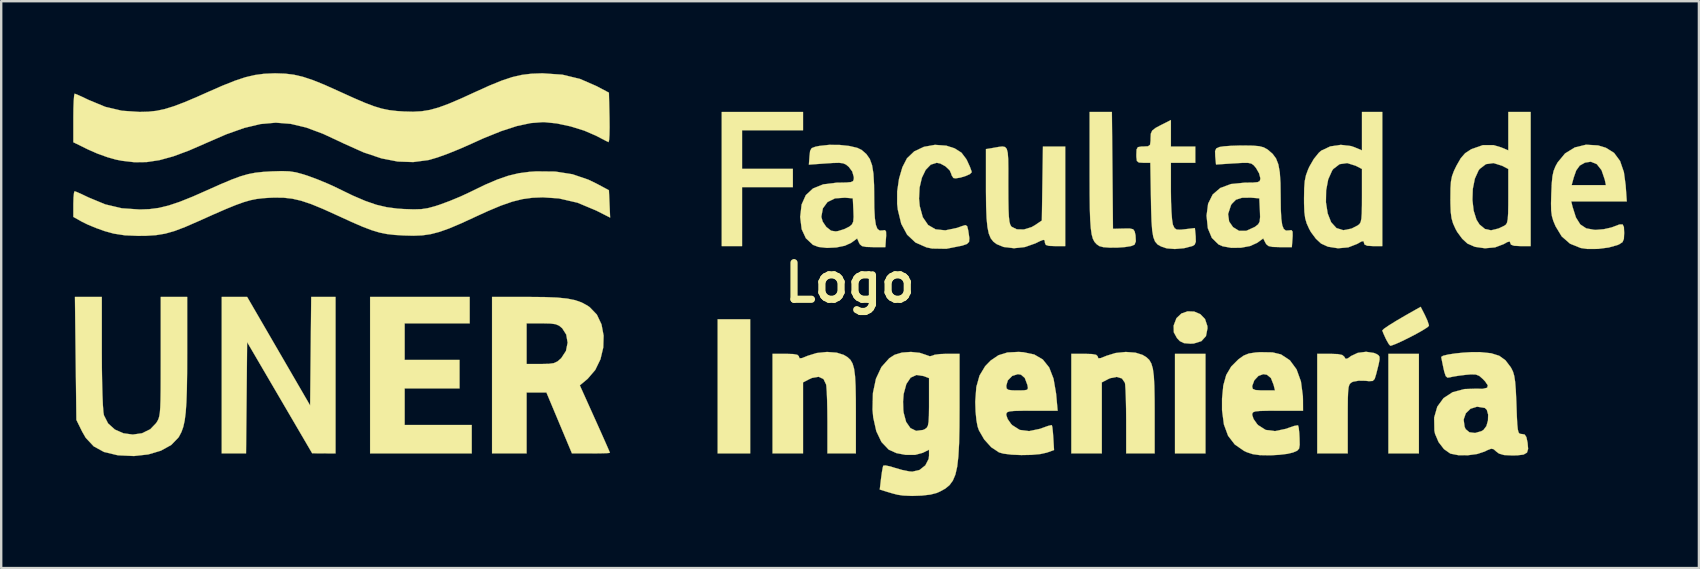
<source format=kicad_pcb>
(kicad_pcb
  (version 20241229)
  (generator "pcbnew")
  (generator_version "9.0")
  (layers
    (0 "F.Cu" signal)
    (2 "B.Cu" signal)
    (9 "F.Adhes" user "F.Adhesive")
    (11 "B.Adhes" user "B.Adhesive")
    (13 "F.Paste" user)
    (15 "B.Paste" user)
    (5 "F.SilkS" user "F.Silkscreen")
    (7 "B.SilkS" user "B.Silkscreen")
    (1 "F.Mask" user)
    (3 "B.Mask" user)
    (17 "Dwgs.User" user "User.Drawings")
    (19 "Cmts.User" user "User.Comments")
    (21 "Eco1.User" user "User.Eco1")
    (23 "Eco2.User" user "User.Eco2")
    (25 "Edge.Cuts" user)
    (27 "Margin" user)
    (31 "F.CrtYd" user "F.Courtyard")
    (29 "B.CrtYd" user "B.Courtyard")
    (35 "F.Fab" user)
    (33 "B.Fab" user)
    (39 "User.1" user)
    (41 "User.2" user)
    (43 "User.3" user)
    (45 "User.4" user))
  (footprint "Logo"
    (layer "F.Cu")
    (at 32.348 8.726)
    (property "Reference" "Logo" (at 0 0 0) (layer "F.SilkS") (effects (font (size 1.524 1.524) (thickness 0.3))))
    (attr through_hole)
    (fp_poly (pts (xy -4.149 7.112) (xy -5.503 7.112) (xy -5.503 1.524) (xy -4.149 1.524) (xy -4.149 7.112)) (stroke (width 0.01) (type solid)) (fill yes) (layer "F.SilkS"))
    (fp_poly (pts (xy 14.817 7.112) (xy 13.547 7.112) (xy 13.547 2.963) (xy 14.817 2.963) (xy 14.817 7.112)) (stroke (width 0.01) (type solid)) (fill yes) (layer "F.SilkS"))
    (fp_poly (pts (xy 23.707 7.112) (xy 22.437 7.112) (xy 22.437 2.963) (xy 23.707 2.963) (xy 23.707 7.112)) (stroke (width 0.01) (type solid)) (fill yes) (layer "F.SilkS"))
    (fp_poly (pts (xy -1.947 -6.35) (xy -4.487 -6.35) (xy -4.487 -4.741) (xy -2.371 -4.741) (xy -2.371 -3.979) (xy -4.487 -3.979) (xy -4.487 -1.524) (xy -5.334 -1.524) (xy -5.334 -7.112) (xy -1.947 -7.112) (xy -1.947 -6.35)) (stroke (width 0.01) (type solid)) (fill yes) (layer "F.SilkS"))
    (fp_poly (pts (xy -15.833 1.693) (xy -18.542 1.693) (xy -18.542 3.217) (xy -16.256 3.217) (xy -16.256 4.403) (xy -18.542 4.403) (xy -18.542 5.927) (xy -15.748 5.927) (xy -15.748 7.112) (xy -19.981 7.112) (xy -19.981 0.593) (xy -15.833 0.593) (xy -15.833 1.693)) (stroke (width 0.01) (type solid)) (fill yes) (layer "F.SilkS"))
    (fp_poly (pts (xy -22.479 5.114) (xy -22.456 2.853) (xy -22.434 0.593) (xy -21.421 0.593) (xy -21.421 7.112) (xy -21.907 7.109) (xy -22.394 7.106) (xy -23.749 4.79) (xy -25.104 2.474) (xy -25.126 4.793) (xy -25.149 7.112) (xy -26.162 7.112) (xy -26.162 0.593) (xy -25.103 0.593) (xy -22.479 5.114)) (stroke (width 0.01) (type solid)) (fill yes) (layer "F.SilkS"))
    (fp_poly (pts (xy 14.349 1.203) (xy 14.603 1.311) (xy 14.798 1.513) (xy 14.896 1.806) (xy 14.901 1.901) (xy 14.838 2.224) (xy 14.647 2.435) (xy 14.332 2.533) (xy 14.188 2.54) (xy 13.922 2.518) (xy 13.746 2.432) (xy 13.63 2.307) (xy 13.498 2.067) (xy 13.491 1.795) (xy 13.494 1.778) (xy 13.609 1.477) (xy 13.815 1.283) (xy 14.074 1.193) (xy 14.349 1.203)) (stroke (width 0.01) (type solid)) (fill yes) (layer "F.SilkS"))
    (fp_poly (pts (xy 23.956 1.346) (xy 24.061 1.576) (xy 24.121 1.755) (xy 24.126 1.796) (xy 24.054 1.863) (xy 23.867 1.981) (xy 23.604 2.129) (xy 23.303 2.287) (xy 23.003 2.434) (xy 22.744 2.551) (xy 22.564 2.618) (xy 22.516 2.627) (xy 22.453 2.557) (xy 22.355 2.385) (xy 22.325 2.325) (xy 22.234 2.126) (xy 22.185 2.001) (xy 22.183 1.988) (xy 22.254 1.918) (xy 22.453 1.781) (xy 22.758 1.592) (xy 23.149 1.363) (xy 23.3 1.277) (xy 23.782 1.005) (xy 23.956 1.346)) (stroke (width 0.01) (type solid)) (fill yes) (layer "F.SilkS"))
    (fp_poly (pts (xy 10.942 -4.678) (xy 10.964 -2.244) (xy 11.407 -2.255) (xy 11.665 -2.257) (xy 11.803 -2.227) (xy 11.867 -2.137) (xy 11.904 -1.974) (xy 11.917 -1.721) (xy 11.861 -1.583) (xy 11.722 -1.526) (xy 11.468 -1.485) (xy 11.154 -1.462) (xy 10.834 -1.46) (xy 10.563 -1.48) (xy 10.395 -1.525) (xy 10.393 -1.526) (xy 10.283 -1.603) (xy 10.196 -1.698) (xy 10.127 -1.829) (xy 10.076 -2.014) (xy 10.04 -2.272) (xy 10.015 -2.621) (xy 10 -3.079) (xy 9.993 -3.666) (xy 9.991 -4.398) (xy 9.991 -4.61) (xy 9.991 -7.112) (xy 10.919 -7.112) (xy 10.942 -4.678)) (stroke (width 0.01) (type solid)) (fill yes) (layer "F.SilkS"))
    (fp_poly (pts (xy 21.838 2.927) (xy 21.942 2.97) (xy 22.024 3.021) (xy 22.067 3.087) (xy 22.069 3.202) (xy 22.03 3.404) (xy 21.949 3.725) (xy 21.924 3.821) (xy 21.865 4.01) (xy 21.784 4.093) (xy 21.624 4.101) (xy 21.475 4.086) (xy 21.202 4.082) (xy 20.972 4.122) (xy 20.925 4.142) (xy 20.859 4.185) (xy 20.811 4.249) (xy 20.778 4.359) (xy 20.759 4.54) (xy 20.748 4.818) (xy 20.744 5.219) (xy 20.743 5.676) (xy 20.743 7.112) (xy 19.473 7.112) (xy 19.473 2.963) (xy 20.015 2.963) (xy 20.333 2.974) (xy 20.517 3.012) (xy 20.601 3.084) (xy 20.607 3.097) (xy 20.659 3.174) (xy 20.752 3.149) (xy 20.882 3.054) (xy 21.161 2.923) (xy 21.508 2.878) (xy 21.838 2.927)) (stroke (width 0.01) (type solid)) (fill yes) (layer "F.SilkS"))
    (fp_poly (pts (xy -0.543 2.915) (xy -0.251 3.007) (xy -0.094 3.101) (xy 0.028 3.214) (xy 0.117 3.369) (xy 0.18 3.587) (xy 0.22 3.89) (xy 0.242 4.301) (xy 0.252 4.842) (xy 0.254 5.372) (xy 0.254 7.112) (xy -0.931 7.112) (xy -0.931 5.81) (xy -0.935 5.336) (xy -0.944 4.901) (xy -0.958 4.545) (xy -0.976 4.304) (xy -0.984 4.243) (xy -1.095 4.013) (xy -1.296 3.919) (xy -1.574 3.967) (xy -1.684 4.017) (xy -1.947 4.153) (xy -1.947 7.112) (xy -3.217 7.112) (xy -3.217 2.963) (xy -2.667 2.963) (xy -2.356 2.972) (xy -2.183 3.004) (xy -2.119 3.065) (xy -2.117 3.086) (xy -2.09 3.15) (xy -1.988 3.14) (xy -1.774 3.054) (xy -1.757 3.046) (xy -1.376 2.929) (xy -0.948 2.885) (xy -0.543 2.915)) (stroke (width 0.01) (type solid)) (fill yes) (layer "F.SilkS"))
    (fp_poly (pts (xy 11.903 2.915) (xy 12.195 3.007) (xy 12.352 3.101) (xy 12.474 3.214) (xy 12.563 3.369) (xy 12.626 3.587) (xy 12.666 3.89) (xy 12.688 4.301) (xy 12.698 4.842) (xy 12.7 5.372) (xy 12.7 7.112) (xy 11.515 7.112) (xy 11.514 5.736) (xy 11.51 5.257) (xy 11.501 4.825) (xy 11.488 4.476) (xy 11.472 4.241) (xy 11.461 4.169) (xy 11.338 3.99) (xy 11.12 3.924) (xy 10.843 3.979) (xy 10.762 4.017) (xy 10.499 4.153) (xy 10.499 7.112) (xy 9.229 7.112) (xy 9.229 2.963) (xy 9.779 2.963) (xy 10.09 2.972) (xy 10.263 3.004) (xy 10.327 3.065) (xy 10.329 3.086) (xy 10.356 3.15) (xy 10.458 3.14) (xy 10.672 3.054) (xy 10.689 3.046) (xy 11.07 2.929) (xy 11.498 2.885) (xy 11.903 2.915)) (stroke (width 0.01) (type solid)) (fill yes) (layer "F.SilkS"))
    (fp_poly (pts (xy 6.469 -5.652) (xy 6.54 -5.57) (xy 6.581 -5.406) (xy 6.6 -5.14) (xy 6.605 -4.751) (xy 6.604 -4.219) (xy 6.604 -4.07) (xy 6.606 -3.494) (xy 6.613 -3.064) (xy 6.627 -2.758) (xy 6.65 -2.55) (xy 6.684 -2.42) (xy 6.73 -2.342) (xy 6.737 -2.334) (xy 6.958 -2.223) (xy 7.255 -2.217) (xy 7.572 -2.315) (xy 7.713 -2.395) (xy 8.001 -2.589) (xy 8.024 -4.131) (xy 8.047 -5.673) (xy 8.975 -5.673) (xy 8.975 -1.524) (xy 8.551 -1.524) (xy 8.296 -1.534) (xy 8.168 -1.573) (xy 8.129 -1.657) (xy 8.128 -1.682) (xy 8.116 -1.768) (xy 8.057 -1.785) (xy 7.913 -1.728) (xy 7.733 -1.639) (xy 7.301 -1.487) (xy 6.841 -1.436) (xy 6.411 -1.487) (xy 6.122 -1.605) (xy 5.98 -1.711) (xy 5.871 -1.851) (xy 5.791 -2.046) (xy 5.735 -2.317) (xy 5.699 -2.687) (xy 5.68 -3.177) (xy 5.673 -3.809) (xy 5.673 -3.989) (xy 5.673 -5.566) (xy 5.99 -5.618) (xy 6.202 -5.656) (xy 6.359 -5.674) (xy 6.469 -5.652)) (stroke (width 0.01) (type solid)) (fill yes) (layer "F.SilkS"))
    (fp_poly (pts (xy -31.157 2.9) (xy -31.154 3.558) (xy -31.144 4.159) (xy -31.13 4.681) (xy -31.112 5.1) (xy -31.09 5.392) (xy -31.07 5.519) (xy -30.895 5.863) (xy -30.612 6.117) (xy -30.257 6.273) (xy -29.868 6.326) (xy -29.483 6.272) (xy -29.138 6.103) (xy -28.896 5.851) (xy -28.84 5.764) (xy -28.796 5.674) (xy -28.763 5.56) (xy -28.738 5.404) (xy -28.722 5.183) (xy -28.711 4.879) (xy -28.705 4.471) (xy -28.703 3.938) (xy -28.702 3.261) (xy -28.702 3.078) (xy -28.702 0.593) (xy -27.601 0.593) (xy -27.601 2.959) (xy -27.604 3.775) (xy -27.614 4.442) (xy -27.633 4.979) (xy -27.662 5.405) (xy -27.705 5.741) (xy -27.763 6.005) (xy -27.839 6.218) (xy -27.934 6.399) (xy -27.968 6.453) (xy -28.267 6.761) (xy -28.695 6.997) (xy -29.221 7.153) (xy -29.818 7.22) (xy -30.457 7.191) (xy -30.512 7.184) (xy -31.066 7.051) (xy -31.496 6.816) (xy -31.826 6.463) (xy -31.976 6.202) (xy -32.216 5.715) (xy -32.276 0.593) (xy -31.157 0.593) (xy -31.157 2.9)) (stroke (width 0.01) (type solid)) (fill yes) (layer "F.SilkS"))
    (fp_poly (pts (xy 13.377 -5.673) (xy 14.393 -5.673) (xy 14.393 -4.995) (xy 13.377 -4.995) (xy 13.377 -3.816) (xy 13.383 -3.366) (xy 13.4 -2.96) (xy 13.425 -2.636) (xy 13.456 -2.434) (xy 13.464 -2.407) (xy 13.529 -2.272) (xy 13.622 -2.212) (xy 13.797 -2.209) (xy 13.964 -2.227) (xy 14.376 -2.276) (xy 14.409 -1.933) (xy 14.415 -1.702) (xy 14.364 -1.58) (xy 14.269 -1.526) (xy 13.923 -1.437) (xy 13.542 -1.404) (xy 13.213 -1.43) (xy 13.159 -1.444) (xy 12.967 -1.51) (xy 12.822 -1.592) (xy 12.716 -1.716) (xy 12.644 -1.902) (xy 12.598 -2.175) (xy 12.57 -2.558) (xy 12.553 -3.074) (xy 12.547 -3.438) (xy 12.52 -4.995) (xy 12.229 -4.995) (xy 12.043 -5.006) (xy 11.96 -5.07) (xy 11.939 -5.237) (xy 11.938 -5.334) (xy 11.947 -5.551) (xy 12.002 -5.647) (xy 12.147 -5.672) (xy 12.234 -5.673) (xy 12.424 -5.683) (xy 12.509 -5.747) (xy 12.53 -5.912) (xy 12.531 -6.01) (xy 12.541 -6.208) (xy 12.599 -6.338) (xy 12.74 -6.448) (xy 12.954 -6.562) (xy 13.377 -6.776) (xy 13.377 -5.673)) (stroke (width 0.01) (type solid)) (fill yes) (layer "F.SilkS"))
    (fp_poly (pts (xy -12.718 0.599) (xy -12.186 0.62) (xy -11.769 0.662) (xy -11.44 0.728) (xy -11.17 0.823) (xy -10.933 0.951) (xy -10.834 1.019) (xy -10.535 1.329) (xy -10.342 1.736) (xy -10.254 2.204) (xy -10.269 2.7) (xy -10.385 3.188) (xy -10.602 3.634) (xy -10.918 4.003) (xy -10.944 4.025) (xy -11.245 4.276) (xy -10.618 5.668) (xy -10.417 6.115) (xy -10.243 6.505) (xy -10.107 6.813) (xy -10.019 7.015) (xy -9.991 7.086) (xy -10.069 7.097) (xy -10.28 7.106) (xy -10.586 7.111) (xy -10.781 7.112) (xy -11.572 7.112) (xy -12.637 4.572) (xy -13.462 4.572) (xy -13.462 7.112) (xy -14.901 7.112) (xy -14.901 1.693) (xy -13.462 1.693) (xy -13.462 3.387) (xy -12.863 3.387) (xy -12.538 3.38) (xy -12.329 3.351) (xy -12.179 3.282) (xy -12.036 3.159) (xy -12.016 3.139) (xy -11.822 2.842) (xy -11.753 2.498) (xy -11.811 2.16) (xy -11.976 1.901) (xy -12.104 1.793) (xy -12.25 1.73) (xy -12.463 1.701) (xy -12.792 1.693) (xy -12.823 1.693) (xy -13.462 1.693) (xy -14.901 1.693) (xy -14.901 0.593) (xy -13.391 0.593) (xy -12.718 0.599)) (stroke (width 0.01) (type solid)) (fill yes) (layer "F.SilkS"))
    (fp_poly (pts (xy 4.022 -5.708) (xy 4.369 -5.596) (xy 4.652 -5.417) (xy 4.854 -5.15) (xy 4.898 -5.063) (xy 5.005 -4.827) (xy 5.07 -4.65) (xy 5.08 -4.601) (xy 5.007 -4.525) (xy 4.829 -4.445) (xy 4.611 -4.379) (xy 4.416 -4.347) (xy 4.316 -4.361) (xy 4.238 -4.484) (xy 4.233 -4.52) (xy 4.162 -4.681) (xy 3.989 -4.845) (xy 3.774 -4.964) (xy 3.622 -4.995) (xy 3.372 -4.917) (xy 3.162 -4.699) (xy 3.004 -4.372) (xy 2.908 -3.963) (xy 2.885 -3.5) (xy 2.914 -3.194) (xy 3.041 -2.729) (xy 3.263 -2.404) (xy 3.576 -2.222) (xy 3.98 -2.181) (xy 4.472 -2.284) (xy 4.668 -2.355) (xy 4.816 -2.4) (xy 4.89 -2.355) (xy 4.933 -2.185) (xy 4.942 -2.132) (xy 4.981 -1.857) (xy 4.969 -1.701) (xy 4.883 -1.614) (xy 4.703 -1.551) (xy 4.678 -1.543) (xy 4.021 -1.413) (xy 3.431 -1.423) (xy 3.194 -1.472) (xy 2.738 -1.673) (xy 2.39 -1.998) (xy 2.145 -2.452) (xy 2.002 -3.038) (xy 1.974 -3.284) (xy 1.975 -3.803) (xy 2.052 -4.331) (xy 2.192 -4.81) (xy 2.383 -5.182) (xy 2.384 -5.183) (xy 2.686 -5.471) (xy 3.089 -5.66) (xy 3.549 -5.742) (xy 4.022 -5.708)) (stroke (width 0.01) (type solid)) (fill yes) (layer "F.SilkS"))
    (fp_poly (pts (xy 22.183 -1.524) (xy 21.802 -1.524) (xy 21.554 -1.539) (xy 21.44 -1.593) (xy 21.421 -1.658) (xy 21.4 -1.731) (xy 21.313 -1.716) (xy 21.136 -1.616) (xy 20.766 -1.472) (xy 20.338 -1.434) (xy 19.919 -1.5) (xy 19.634 -1.63) (xy 19.42 -1.827) (xy 19.212 -2.106) (xy 19.135 -2.244) (xy 19.034 -2.468) (xy 18.971 -2.685) (xy 18.937 -2.943) (xy 18.924 -3.296) (xy 18.924 -3.351) (xy 19.835 -3.351) (xy 19.908 -2.884) (xy 20.051 -2.52) (xy 20.272 -2.276) (xy 20.557 -2.187) (xy 20.899 -2.253) (xy 21.161 -2.387) (xy 21.232 -2.443) (xy 21.281 -2.526) (xy 21.312 -2.666) (xy 21.328 -2.892) (xy 21.335 -3.233) (xy 21.336 -3.617) (xy 21.336 -4.737) (xy 21.077 -4.871) (xy 20.72 -4.983) (xy 20.403 -4.937) (xy 20.143 -4.738) (xy 20.095 -4.674) (xy 19.93 -4.305) (xy 19.843 -3.844) (xy 19.835 -3.351) (xy 18.924 -3.351) (xy 18.923 -3.514) (xy 18.93 -3.932) (xy 18.953 -4.235) (xy 19.004 -4.477) (xy 19.09 -4.712) (xy 19.145 -4.834) (xy 19.329 -5.153) (xy 19.54 -5.414) (xy 19.643 -5.503) (xy 20.017 -5.678) (xy 20.455 -5.742) (xy 20.887 -5.69) (xy 21.021 -5.644) (xy 21.336 -5.512) (xy 21.336 -7.112) (xy 22.183 -7.112) (xy 22.183 -1.524)) (stroke (width 0.01) (type solid)) (fill yes) (layer "F.SilkS"))
    (fp_poly (pts (xy 31.173 -5.718) (xy 31.497 -5.62) (xy 31.838 -5.407) (xy 32.087 -5.071) (xy 32.247 -4.605) (xy 32.32 -4.064) (xy 32.367 -3.387) (xy 30.053 -3.387) (xy 30.11 -3.154) (xy 30.249 -2.718) (xy 30.43 -2.428) (xy 30.677 -2.264) (xy 31.01 -2.203) (xy 31.091 -2.201) (xy 31.413 -2.229) (xy 31.723 -2.299) (xy 31.805 -2.328) (xy 32.058 -2.424) (xy 32.193 -2.428) (xy 32.248 -2.319) (xy 32.258 -2.076) (xy 32.258 -2.07) (xy 32.247 -1.826) (xy 32.19 -1.69) (xy 32.054 -1.601) (xy 31.983 -1.57) (xy 31.614 -1.466) (xy 31.169 -1.408) (xy 30.732 -1.405) (xy 30.45 -1.445) (xy 30.003 -1.625) (xy 29.656 -1.928) (xy 29.402 -2.348) (xy 29.307 -2.573) (xy 29.248 -2.775) (xy 29.218 -3.003) (xy 29.212 -3.306) (xy 29.223 -3.711) (xy 29.239 -4.064) (xy 30.07 -4.064) (xy 31.499 -4.064) (xy 31.449 -4.297) (xy 31.315 -4.688) (xy 31.118 -4.939) (xy 30.869 -5.04) (xy 30.625 -5.002) (xy 30.408 -4.879) (xy 30.261 -4.677) (xy 30.157 -4.381) (xy 30.07 -4.064) (xy 29.239 -4.064) (xy 29.242 -4.133) (xy 29.271 -4.433) (xy 29.319 -4.655) (xy 29.396 -4.846) (xy 29.485 -5.008) (xy 29.796 -5.384) (xy 30.201 -5.634) (xy 30.669 -5.748) (xy 31.173 -5.718)) (stroke (width 0.01) (type solid)) (fill yes) (layer "F.SilkS"))
    (fp_poly (pts (xy 28.363 -1.524) (xy 27.94 -1.524) (xy 27.673 -1.538) (xy 27.543 -1.585) (xy 27.517 -1.65) (xy 27.491 -1.717) (xy 27.391 -1.692) (xy 27.241 -1.608) (xy 26.882 -1.472) (xy 26.459 -1.434) (xy 26.041 -1.494) (xy 25.73 -1.63) (xy 25.514 -1.829) (xy 25.306 -2.11) (xy 25.232 -2.244) (xy 25.131 -2.468) (xy 25.068 -2.686) (xy 25.034 -2.946) (xy 25.021 -3.301) (xy 25.02 -3.446) (xy 25.937 -3.446) (xy 25.988 -3.002) (xy 26.106 -2.626) (xy 26.233 -2.424) (xy 26.46 -2.237) (xy 26.713 -2.182) (xy 27.024 -2.258) (xy 27.268 -2.374) (xy 27.335 -2.423) (xy 27.38 -2.505) (xy 27.409 -2.65) (xy 27.425 -2.886) (xy 27.431 -3.241) (xy 27.432 -3.599) (xy 27.432 -4.737) (xy 27.173 -4.871) (xy 26.816 -4.983) (xy 26.499 -4.938) (xy 26.24 -4.739) (xy 26.192 -4.675) (xy 26.038 -4.333) (xy 25.953 -3.906) (xy 25.937 -3.446) (xy 25.02 -3.446) (xy 25.02 -3.52) (xy 25.024 -3.926) (xy 25.043 -4.215) (xy 25.088 -4.441) (xy 25.168 -4.657) (xy 25.273 -4.874) (xy 25.453 -5.187) (xy 25.633 -5.393) (xy 25.866 -5.546) (xy 25.905 -5.567) (xy 26.371 -5.73) (xy 26.818 -5.731) (xy 27.138 -5.635) (xy 27.432 -5.512) (xy 27.432 -7.112) (xy 28.363 -7.112) (xy 28.363 -1.524)) (stroke (width 0.01) (type solid)) (fill yes) (layer "F.SilkS"))
    (fp_poly (pts (xy 7.23 2.896) (xy 7.685 2.991) (xy 8.042 3.2) (xy 8.307 3.532) (xy 8.488 3.999) (xy 8.593 4.61) (xy 8.6 4.678) (xy 8.659 5.334) (xy 7.589 5.334) (xy 7.148 5.335) (xy 6.848 5.342) (xy 6.663 5.36) (xy 6.564 5.392) (xy 6.526 5.443) (xy 6.519 5.51) (xy 6.577 5.679) (xy 6.719 5.882) (xy 6.767 5.933) (xy 7.08 6.132) (xy 7.471 6.182) (xy 7.934 6.085) (xy 8.045 6.043) (xy 8.26 5.966) (xy 8.398 5.934) (xy 8.419 5.937) (xy 8.44 6.032) (xy 8.463 6.245) (xy 8.479 6.469) (xy 8.509 6.97) (xy 8.213 7.077) (xy 7.939 7.138) (xy 7.565 7.172) (xy 7.146 7.18) (xy 6.739 7.163) (xy 6.399 7.12) (xy 6.215 7.068) (xy 5.892 6.853) (xy 5.598 6.527) (xy 5.381 6.151) (xy 5.325 5.991) (xy 5.276 5.728) (xy 5.241 5.368) (xy 5.228 4.984) (xy 5.228 4.943) (xy 5.272 4.346) (xy 5.288 4.289) (xy 6.519 4.289) (xy 6.533 4.403) (xy 6.603 4.462) (xy 6.768 4.484) (xy 6.987 4.487) (xy 7.253 4.484) (xy 7.386 4.46) (xy 7.423 4.394) (xy 7.401 4.265) (xy 7.398 4.255) (xy 7.291 3.97) (xy 7.133 3.832) (xy 7.002 3.81) (xy 6.766 3.884) (xy 6.585 4.068) (xy 6.519 4.289) (xy 5.288 4.289) (xy 5.405 3.869) (xy 5.639 3.479) (xy 5.868 3.243) (xy 6.192 3.023) (xy 6.566 2.907) (xy 7.033 2.883) (xy 7.23 2.896)) (stroke (width 0.01) (type solid)) (fill yes) (layer "F.SilkS"))
    (fp_poly (pts (xy 17.612 2.903) (xy 17.963 2.988) (xy 18.333 3.232) (xy 18.612 3.611) (xy 18.794 4.114) (xy 18.875 4.731) (xy 18.879 4.889) (xy 18.881 5.334) (xy 17.822 5.334) (xy 17.383 5.335) (xy 17.086 5.343) (xy 16.903 5.36) (xy 16.807 5.393) (xy 16.77 5.445) (xy 16.764 5.51) (xy 16.821 5.679) (xy 16.964 5.882) (xy 17.011 5.933) (xy 17.324 6.132) (xy 17.715 6.182) (xy 18.178 6.085) (xy 18.29 6.043) (xy 18.507 5.968) (xy 18.652 5.942) (xy 18.676 5.948) (xy 18.702 6.049) (xy 18.725 6.267) (xy 18.736 6.478) (xy 18.742 6.754) (xy 18.717 6.91) (xy 18.64 6.997) (xy 18.486 7.064) (xy 18.457 7.075) (xy 18.228 7.129) (xy 17.896 7.169) (xy 17.528 7.19) (xy 17.48 7.19) (xy 17.082 7.183) (xy 16.79 7.143) (xy 16.542 7.062) (xy 16.423 7.006) (xy 16.037 6.739) (xy 15.759 6.377) (xy 15.585 5.905) (xy 15.507 5.31) (xy 15.507 4.83) (xy 15.555 4.337) (xy 16.764 4.337) (xy 16.79 4.424) (xy 16.895 4.47) (xy 17.115 4.486) (xy 17.239 4.487) (xy 17.714 4.487) (xy 17.655 4.255) (xy 17.544 3.973) (xy 17.377 3.834) (xy 17.224 3.81) (xy 17.022 3.884) (xy 16.852 4.066) (xy 16.766 4.295) (xy 16.764 4.337) (xy 15.555 4.337) (xy 15.561 4.276) (xy 15.682 3.843) (xy 15.888 3.494) (xy 16.194 3.189) (xy 16.203 3.182) (xy 16.412 3.035) (xy 16.623 2.95) (xy 16.904 2.907) (xy 17.09 2.894) (xy 17.612 2.903)) (stroke (width 0.01) (type solid)) (fill yes) (layer "F.SilkS"))
    (fp_poly (pts (xy -0.43 -5.739) (xy -0.02 -5.695) (xy 0.315 -5.616) (xy 0.495 -5.529) (xy 0.692 -5.357) (xy 0.834 -5.155) (xy 0.929 -4.892) (xy 0.986 -4.541) (xy 1.012 -4.071) (xy 1.016 -3.667) (xy 1.022 -3.102) (xy 1.045 -2.688) (xy 1.087 -2.407) (xy 1.153 -2.24) (xy 1.247 -2.172) (xy 1.355 -2.177) (xy 1.465 -2.191) (xy 1.512 -2.129) (xy 1.515 -1.952) (xy 1.508 -1.853) (xy 1.482 -1.482) (xy 0.974 -1.482) (xy 0.681 -1.49) (xy 0.512 -1.524) (xy 0.421 -1.599) (xy 0.386 -1.663) (xy 0.307 -1.844) (xy 0.065 -1.665) (xy -0.203 -1.541) (xy -0.562 -1.468) (xy -0.95 -1.449) (xy -1.301 -1.489) (xy -1.535 -1.577) (xy -1.829 -1.852) (xy -2.003 -2.228) (xy -2.064 -2.72) (xy -2.064 -2.744) (xy -1.185 -2.744) (xy -1.127 -2.542) (xy -0.985 -2.332) (xy -0.968 -2.315) (xy -0.778 -2.166) (xy -0.586 -2.136) (xy -0.486 -2.151) (xy -0.224 -2.233) (xy -0.022 -2.334) (xy 0.088 -2.424) (xy 0.144 -2.543) (xy 0.16 -2.741) (xy 0.152 -2.989) (xy 0.127 -3.514) (xy -0.201 -3.541) (xy -0.615 -3.513) (xy -0.926 -3.362) (xy -1.12 -3.098) (xy -1.185 -2.744) (xy -2.064 -2.744) (xy -2.064 -2.752) (xy -2.006 -3.257) (xy -1.831 -3.647) (xy -1.532 -3.925) (xy -1.105 -4.097) (xy -0.546 -4.166) (xy -0.464 -4.167) (xy -0.142 -4.173) (xy 0.047 -4.191) (xy 0.138 -4.233) (xy 0.167 -4.314) (xy 0.169 -4.401) (xy 0.102 -4.634) (xy -0.04 -4.824) (xy -0.154 -4.919) (xy -0.275 -4.973) (xy -0.446 -4.994) (xy -0.711 -4.987) (xy -0.976 -4.97) (xy -1.703 -4.918) (xy -1.677 -5.272) (xy -1.652 -5.491) (xy -1.587 -5.605) (xy -1.433 -5.664) (xy -1.27 -5.697) (xy -0.864 -5.741) (xy -0.43 -5.739)) (stroke (width 0.01) (type solid)) (fill yes) (layer "F.SilkS"))
    (fp_poly (pts (xy 2.917 2.922) (xy 3.152 3) (xy 3.335 3.065) (xy 3.433 3.042) (xy 3.536 3.002) (xy 3.759 2.973) (xy 4.027 2.963) (xy 4.572 2.963) (xy 4.572 5.192) (xy 4.568 6.018) (xy 4.554 6.693) (xy 4.524 7.235) (xy 4.475 7.662) (xy 4.4 7.992) (xy 4.295 8.242) (xy 4.156 8.432) (xy 3.978 8.578) (xy 3.755 8.7) (xy 3.621 8.759) (xy 3.361 8.826) (xy 2.998 8.868) (xy 2.595 8.882) (xy 2.218 8.866) (xy 1.99 8.832) (xy 1.791 8.781) (xy 1.544 8.708) (xy 1.535 8.705) (xy 1.249 8.616) (xy 1.304 8.149) (xy 1.341 7.88) (xy 1.377 7.684) (xy 1.397 7.621) (xy 1.49 7.613) (xy 1.692 7.655) (xy 1.881 7.714) (xy 2.19 7.803) (xy 2.482 7.861) (xy 2.607 7.871) (xy 2.907 7.8) (xy 3.148 7.609) (xy 3.286 7.341) (xy 3.302 7.207) (xy 3.302 6.956) (xy 3.039 7.087) (xy 2.722 7.172) (xy 2.333 7.173) (xy 1.945 7.099) (xy 1.629 6.957) (xy 1.617 6.948) (xy 1.32 6.636) (xy 1.105 6.186) (xy 0.977 5.612) (xy 0.948 5.287) (xy 0.956 4.955) (xy 2.22 4.955) (xy 2.231 5.309) (xy 2.243 5.412) (xy 2.347 5.799) (xy 2.526 6.056) (xy 2.764 6.172) (xy 3.048 6.135) (xy 3.138 6.093) (xy 3.208 6.041) (xy 3.255 5.952) (xy 3.283 5.797) (xy 3.297 5.544) (xy 3.302 5.164) (xy 3.302 4.99) (xy 3.302 3.975) (xy 3.079 3.89) (xy 2.778 3.844) (xy 2.536 3.955) (xy 2.357 4.22) (xy 2.244 4.636) (xy 2.244 4.637) (xy 2.22 4.955) (xy 0.956 4.955) (xy 0.965 4.595) (xy 1.091 3.999) (xy 1.319 3.512) (xy 1.644 3.148) (xy 1.869 3.003) (xy 2.172 2.911) (xy 2.549 2.884) (xy 2.917 2.922)) (stroke (width 0.01) (type solid)) (fill yes) (layer "F.SilkS"))
    (fp_poly (pts (xy 16.79 -5.709) (xy 17.057 -5.686) (xy 17.242 -5.638) (xy 17.389 -5.557) (xy 17.414 -5.54) (xy 17.612 -5.37) (xy 17.756 -5.176) (xy 17.853 -4.928) (xy 17.913 -4.597) (xy 17.942 -4.155) (xy 17.949 -3.614) (xy 17.955 -3.064) (xy 17.976 -2.664) (xy 18.015 -2.394) (xy 18.079 -2.236) (xy 18.17 -2.171) (xy 18.292 -2.178) (xy 18.4 -2.19) (xy 18.446 -2.126) (xy 18.448 -1.946) (xy 18.442 -1.853) (xy 18.415 -1.482) (xy 17.91 -1.482) (xy 17.616 -1.49) (xy 17.445 -1.526) (xy 17.349 -1.604) (xy 17.314 -1.663) (xy 17.223 -1.844) (xy 16.977 -1.665) (xy 16.681 -1.529) (xy 16.298 -1.457) (xy 15.893 -1.452) (xy 15.533 -1.517) (xy 15.36 -1.594) (xy 15.082 -1.867) (xy 14.916 -2.266) (xy 14.862 -2.789) (xy 14.862 -2.794) (xy 14.871 -2.861) (xy 15.759 -2.861) (xy 15.803 -2.547) (xy 15.965 -2.315) (xy 16.218 -2.159) (xy 16.513 -2.159) (xy 16.859 -2.316) (xy 16.894 -2.338) (xy 17.014 -2.433) (xy 17.075 -2.548) (xy 17.093 -2.736) (xy 17.085 -2.997) (xy 17.06 -3.514) (xy 16.73 -3.541) (xy 16.347 -3.54) (xy 16.085 -3.457) (xy 15.909 -3.278) (xy 15.877 -3.22) (xy 15.759 -2.861) (xy 14.871 -2.861) (xy 14.927 -3.289) (xy 15.117 -3.673) (xy 15.433 -3.945) (xy 15.877 -4.11) (xy 16.452 -4.167) (xy 16.483 -4.167) (xy 16.801 -4.171) (xy 16.987 -4.188) (xy 17.075 -4.231) (xy 17.101 -4.31) (xy 17.103 -4.358) (xy 17.051 -4.555) (xy 16.927 -4.772) (xy 16.918 -4.784) (xy 16.823 -4.896) (xy 16.727 -4.962) (xy 16.589 -4.992) (xy 16.367 -4.992) (xy 16.02 -4.972) (xy 15.995 -4.971) (xy 15.257 -4.923) (xy 15.225 -5.258) (xy 15.217 -5.48) (xy 15.266 -5.592) (xy 15.399 -5.652) (xy 15.407 -5.654) (xy 15.586 -5.681) (xy 15.883 -5.702) (xy 16.243 -5.714) (xy 16.398 -5.715) (xy 16.79 -5.709)) (stroke (width 0.01) (type solid)) (fill yes) (layer "F.SilkS"))
    (fp_poly (pts (xy 26.253 2.892) (xy 26.716 2.939) (xy 27.055 3.045) (xy 27.314 3.232) (xy 27.533 3.521) (xy 27.559 3.565) (xy 27.629 3.709) (xy 27.68 3.886) (xy 27.717 4.13) (xy 27.744 4.471) (xy 27.766 4.942) (xy 27.771 5.08) (xy 27.788 5.558) (xy 27.805 5.892) (xy 27.827 6.109) (xy 27.858 6.232) (xy 27.902 6.288) (xy 27.965 6.302) (xy 27.996 6.302) (xy 28.116 6.326) (xy 28.186 6.435) (xy 28.236 6.671) (xy 28.236 6.673) (xy 28.257 6.924) (xy 28.21 7.078) (xy 28.067 7.16) (xy 27.799 7.192) (xy 27.58 7.195) (xy 27.254 7.179) (xy 27.044 7.118) (xy 26.93 7.033) (xy 26.82 6.935) (xy 26.72 6.915) (xy 26.568 6.972) (xy 26.446 7.033) (xy 26.135 7.136) (xy 25.744 7.188) (xy 25.352 7.185) (xy 25.033 7.123) (xy 25.012 7.115) (xy 24.752 6.932) (xy 24.527 6.64) (xy 24.38 6.295) (xy 24.353 6.165) (xy 24.345 5.7) (xy 25.571 5.7) (xy 25.612 6.003) (xy 25.657 6.102) (xy 25.812 6.231) (xy 26.048 6.26) (xy 26.307 6.187) (xy 26.397 6.134) (xy 26.519 5.973) (xy 26.585 5.74) (xy 26.592 5.494) (xy 26.537 5.297) (xy 26.451 5.216) (xy 26.131 5.165) (xy 25.858 5.25) (xy 25.663 5.439) (xy 25.571 5.7) (xy 24.345 5.7) (xy 24.343 5.62) (xy 24.474 5.164) (xy 24.735 4.807) (xy 25.116 4.559) (xy 25.609 4.43) (xy 26.042 4.417) (xy 26.375 4.419) (xy 26.551 4.376) (xy 26.578 4.277) (xy 26.465 4.111) (xy 26.366 4.007) (xy 26.223 3.882) (xy 26.079 3.825) (xy 25.871 3.819) (xy 25.668 3.837) (xy 25.367 3.874) (xy 25.112 3.916) (xy 25.006 3.941) (xy 24.896 3.954) (xy 24.825 3.89) (xy 24.766 3.712) (xy 24.731 3.559) (xy 24.679 3.309) (xy 24.645 3.137) (xy 24.638 3.092) (xy 24.716 3.043) (xy 24.923 2.993) (xy 25.217 2.948) (xy 25.56 2.913) (xy 25.91 2.892) (xy 26.227 2.891) (xy 26.253 2.892)) (stroke (width 0.01) (type solid)) (fill yes) (layer "F.SilkS"))
    (fp_poly (pts (xy -11.971 -8.665) (xy -11.236 -8.488) (xy -10.549 -8.189) (xy -10.033 -7.916) (xy -10.009 -6.871) (xy -10.005 -6.476) (xy -10.011 -6.155) (xy -10.026 -5.938) (xy -10.049 -5.855) (xy -10.051 -5.856) (xy -10.157 -5.908) (xy -10.363 -6.015) (xy -10.57 -6.123) (xy -11.058 -6.334) (xy -11.627 -6.511) (xy -12.207 -6.635) (xy -12.726 -6.688) (xy -12.785 -6.689) (xy -13.292 -6.649) (xy -13.863 -6.527) (xy -14.517 -6.315) (xy -15.275 -6.009) (xy -15.734 -5.801) (xy -16.24 -5.577) (xy -16.734 -5.377) (xy -17.171 -5.219) (xy -17.51 -5.119) (xy -17.554 -5.108) (xy -18.186 -5.025) (xy -18.829 -5.047) (xy -19.508 -5.179) (xy -20.248 -5.427) (xy -21.073 -5.796) (xy -21.167 -5.842) (xy -21.947 -6.205) (xy -22.644 -6.464) (xy -23.288 -6.617) (xy -23.912 -6.666) (xy -24.546 -6.609) (xy -25.222 -6.448) (xy -25.971 -6.182) (xy -26.755 -5.842) (xy -27.521 -5.508) (xy -28.178 -5.264) (xy -28.756 -5.105) (xy -29.285 -5.025) (xy -29.795 -5.018) (xy -30.318 -5.079) (xy -30.565 -5.127) (xy -30.926 -5.229) (xy -31.345 -5.38) (xy -31.729 -5.549) (xy -32.343 -5.851) (xy -32.343 -6.863) (xy -32.339 -7.254) (xy -32.327 -7.575) (xy -32.31 -7.792) (xy -32.29 -7.874) (xy -32.29 -7.874) (xy -32.192 -7.839) (xy -31.988 -7.748) (xy -31.72 -7.62) (xy -31.714 -7.617) (xy -31.01 -7.325) (xy -30.319 -7.163) (xy -29.585 -7.113) (xy -29.221 -7.123) (xy -28.882 -7.159) (xy -28.538 -7.232) (xy -28.156 -7.35) (xy -27.704 -7.521) (xy -27.152 -7.756) (xy -26.774 -7.925) (xy -26.138 -8.204) (xy -25.617 -8.412) (xy -25.177 -8.558) (xy -24.783 -8.651) (xy -24.401 -8.702) (xy -23.998 -8.72) (xy -23.916 -8.721) (xy -23.523 -8.708) (xy -23.158 -8.664) (xy -22.785 -8.578) (xy -22.371 -8.441) (xy -21.88 -8.243) (xy -21.277 -7.972) (xy -21.25 -7.96) (xy -20.666 -7.695) (xy -20.201 -7.495) (xy -19.822 -7.351) (xy -19.495 -7.252) (xy -19.188 -7.189) (xy -18.868 -7.151) (xy -18.575 -7.132) (xy -18.186 -7.122) (xy -17.836 -7.141) (xy -17.492 -7.197) (xy -17.124 -7.299) (xy -16.699 -7.456) (xy -16.184 -7.676) (xy -15.638 -7.926) (xy -15.013 -8.209) (xy -14.5 -8.418) (xy -14.061 -8.564) (xy -13.662 -8.656) (xy -13.264 -8.705) (xy -12.834 -8.721) (xy -12.785 -8.721) (xy -11.971 -8.665)) (stroke (width 0.01) (type solid)) (fill yes) (layer "F.SilkS"))
    (fp_poly (pts (xy -23.345 -4.639) (xy -23.067 -4.596) (xy -22.768 -4.514) (xy -22.581 -4.454) (xy -22.163 -4.299) (xy -21.71 -4.111) (xy -21.335 -3.936) (xy -20.704 -3.63) (xy -20.176 -3.404) (xy -19.716 -3.245) (xy -19.283 -3.144) (xy -18.842 -3.086) (xy -18.584 -3.069) (xy -18.164 -3.055) (xy -17.848 -3.064) (xy -17.575 -3.105) (xy -17.28 -3.185) (xy -17.079 -3.25) (xy -16.661 -3.405) (xy -16.208 -3.593) (xy -15.832 -3.768) (xy -15.203 -4.074) (xy -14.678 -4.299) (xy -14.219 -4.457) (xy -13.787 -4.56) (xy -13.346 -4.618) (xy -13.067 -4.637) (xy -12.263 -4.629) (xy -11.553 -4.518) (xy -10.89 -4.292) (xy -10.541 -4.123) (xy -10.033 -3.852) (xy -9.983 -2.712) (xy -10.558 -3.004) (xy -11.341 -3.332) (xy -12.117 -3.511) (xy -12.785 -3.556) (xy -13.217 -3.539) (xy -13.629 -3.483) (xy -14.056 -3.377) (xy -14.533 -3.211) (xy -15.095 -2.975) (xy -15.573 -2.756) (xy -16.182 -2.475) (xy -16.677 -2.265) (xy -17.089 -2.118) (xy -17.454 -2.023) (xy -17.805 -1.972) (xy -18.176 -1.957) (xy -18.574 -1.967) (xy -18.953 -1.99) (xy -19.279 -2.027) (xy -19.588 -2.089) (xy -19.913 -2.187) (xy -20.287 -2.329) (xy -20.745 -2.527) (xy -21.319 -2.79) (xy -21.336 -2.798) (xy -21.944 -3.073) (xy -22.438 -3.276) (xy -22.854 -3.415) (xy -23.226 -3.501) (xy -23.589 -3.541) (xy -23.979 -3.545) (xy -24.163 -3.538) (xy -24.451 -3.519) (xy -24.71 -3.488) (xy -24.967 -3.436) (xy -25.247 -3.355) (xy -25.577 -3.236) (xy -25.982 -3.071) (xy -26.488 -2.851) (xy -27.12 -2.568) (xy -27.136 -2.561) (xy -27.684 -2.322) (xy -28.129 -2.153) (xy -28.519 -2.043) (xy -28.899 -1.981) (xy -29.316 -1.954) (xy -29.65 -1.951) (xy -30.197 -1.974) (xy -30.659 -2.045) (xy -31.037 -2.149) (xy -31.394 -2.277) (xy -31.742 -2.421) (xy -31.989 -2.542) (xy -32.343 -2.741) (xy -32.343 -3.275) (xy -32.335 -3.551) (xy -32.315 -3.744) (xy -32.29 -3.81) (xy -32.192 -3.775) (xy -31.988 -3.684) (xy -31.72 -3.556) (xy -31.714 -3.553) (xy -31.012 -3.262) (xy -30.324 -3.1) (xy -29.579 -3.049) (xy -29.174 -3.064) (xy -28.784 -3.115) (xy -28.375 -3.214) (xy -27.914 -3.368) (xy -27.368 -3.587) (xy -26.791 -3.842) (xy -26.217 -4.098) (xy -25.762 -4.29) (xy -25.39 -4.428) (xy -25.067 -4.521) (xy -24.76 -4.581) (xy -24.434 -4.616) (xy -24.087 -4.637) (xy -23.663 -4.649) (xy -23.345 -4.639)) (stroke (width 0.01) (type solid)) (fill yes) (layer "F.SilkS")))
  (gr_rect
    (start -3 -3)
    (end 67.72 20.613)
    (stroke (width 0.1) (type default))
    (fill no)
    (layer "Edge.Cuts")))
</source>
